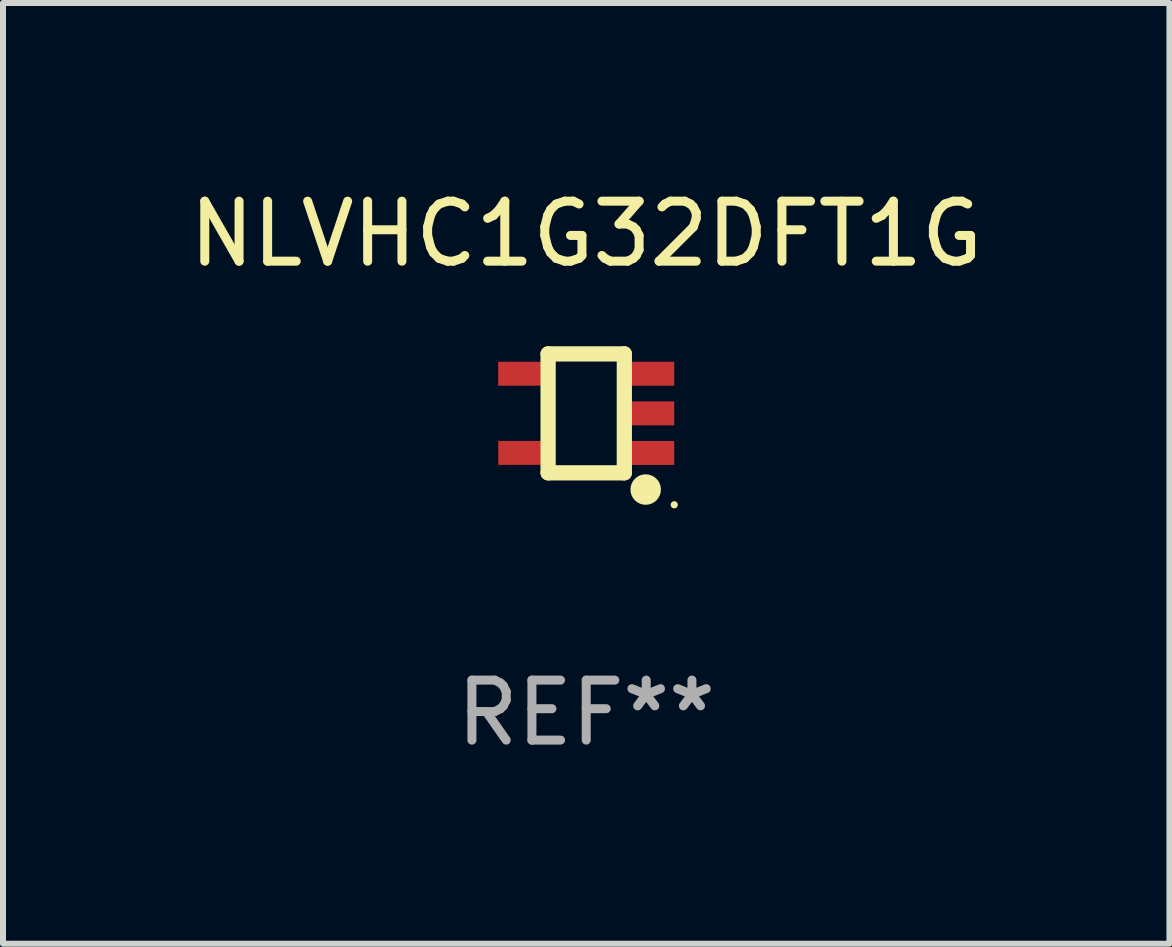
<source format=kicad_pcb>
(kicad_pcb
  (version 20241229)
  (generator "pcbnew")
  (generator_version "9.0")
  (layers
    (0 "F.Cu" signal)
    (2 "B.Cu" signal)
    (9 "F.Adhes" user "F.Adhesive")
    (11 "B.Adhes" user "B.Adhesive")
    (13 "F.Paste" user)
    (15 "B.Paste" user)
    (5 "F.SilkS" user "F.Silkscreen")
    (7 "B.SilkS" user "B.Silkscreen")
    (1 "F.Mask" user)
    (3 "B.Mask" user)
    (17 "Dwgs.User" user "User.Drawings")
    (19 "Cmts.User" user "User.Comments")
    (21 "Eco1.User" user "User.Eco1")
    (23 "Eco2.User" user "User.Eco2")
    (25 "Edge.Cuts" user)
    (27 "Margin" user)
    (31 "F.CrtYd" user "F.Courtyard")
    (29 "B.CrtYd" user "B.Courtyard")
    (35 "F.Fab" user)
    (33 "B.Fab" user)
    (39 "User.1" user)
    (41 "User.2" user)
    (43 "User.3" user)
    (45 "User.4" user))
  (footprint "NLVHC1G32DFT1G"
    (layer "F.Cu")
    (at 6.72 3.839)
    (property "Reference" "NLVHC1G32DFT1G" (at 0 -2.991 0) (layer "F.SilkS") (effects (font (size 1 1) (thickness 0.15))))
    (attr through_hole)
    (fp_line (start -0.635 -0.991) (end 0.635 -0.991) (stroke (width 0.254) (type solid)) (layer "F.SilkS"))
    (fp_line (start -0.635 0.991) (end -0.635 -0.991) (stroke (width 0.254) (type solid)) (layer "F.SilkS"))
    (fp_line (start 0.635 -0.991) (end 0.635 0.991) (stroke (width 0.254) (type solid)) (layer "F.SilkS"))
    (fp_line (start 0.635 0.991) (end -0.635 0.991) (stroke (width 0.254) (type solid)) (layer "F.SilkS"))
    (fp_circle (center 0.991 1.27) (end 1.118 1.27) (stroke (width 0.254) (type solid)) (fill no) (layer "F.SilkS"))
    (fp_circle (center 1.467 1.524) (end 1.497 1.524) (stroke (width 0.06) (type solid)) (fill no) (layer "F.SilkS"))
    (fp_text user "REF**" (at 0 4.991 0) (layer "F.Fab") (effects (font (size 1 1) (thickness 0.15))))
    (pad "1" smd rect (at 1.067 0.66 180) (size 0.8 0.399) (layers "F.Cu" "F.Mask" "F.Paste"))
    (pad "2" smd rect (at 1.067 0 180) (size 0.8 0.399) (layers "F.Cu" "F.Mask" "F.Paste"))
    (pad "3" smd rect (at 1.067 -0.66 180) (size 0.8 0.399) (layers "F.Cu" "F.Mask" "F.Paste"))
    (pad "4" smd rect (at -1.067 -0.66 180) (size 0.8 0.399) (layers "F.Cu" "F.Mask" "F.Paste"))
    (pad "5" smd rect (at -1.066 0.659 180) (size 0.8 0.399) (layers "F.Cu" "F.Mask" "F.Paste")))
  (gr_rect
    (start -3 -3)
    (end 16.44 12.678)
    (stroke (width 0.1) (type default))
    (fill no)
    (layer "Edge.Cuts")))
</source>
